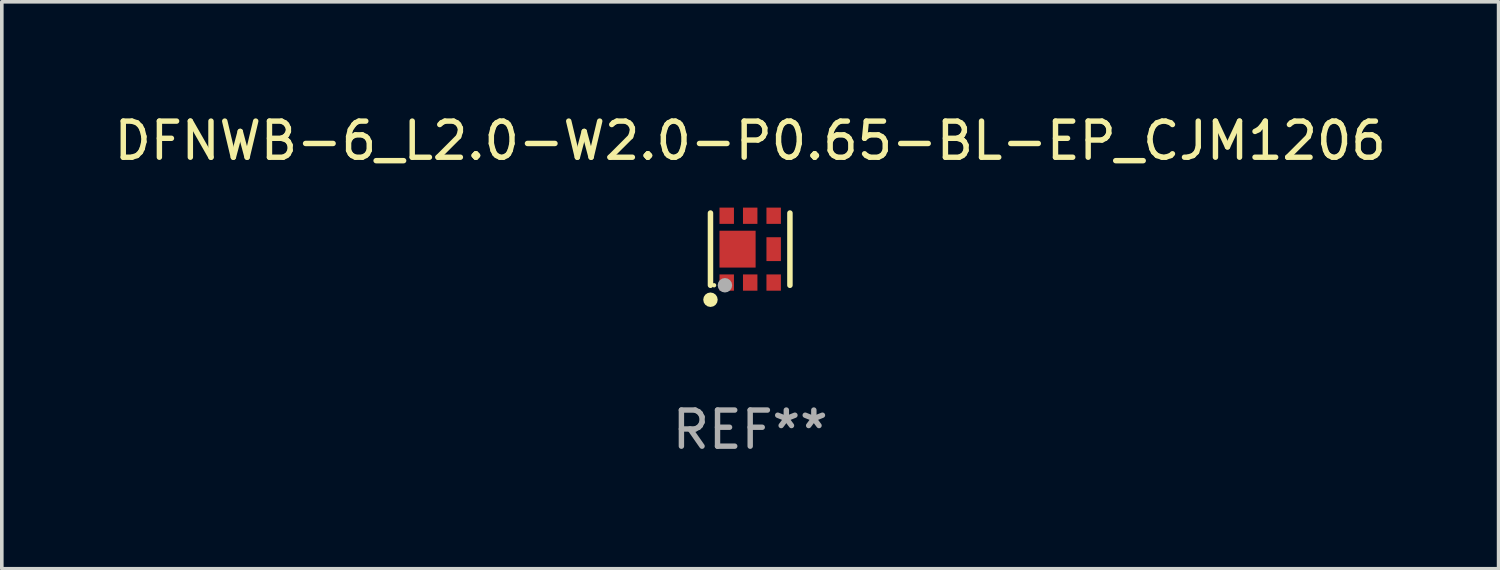
<source format=kicad_pcb>
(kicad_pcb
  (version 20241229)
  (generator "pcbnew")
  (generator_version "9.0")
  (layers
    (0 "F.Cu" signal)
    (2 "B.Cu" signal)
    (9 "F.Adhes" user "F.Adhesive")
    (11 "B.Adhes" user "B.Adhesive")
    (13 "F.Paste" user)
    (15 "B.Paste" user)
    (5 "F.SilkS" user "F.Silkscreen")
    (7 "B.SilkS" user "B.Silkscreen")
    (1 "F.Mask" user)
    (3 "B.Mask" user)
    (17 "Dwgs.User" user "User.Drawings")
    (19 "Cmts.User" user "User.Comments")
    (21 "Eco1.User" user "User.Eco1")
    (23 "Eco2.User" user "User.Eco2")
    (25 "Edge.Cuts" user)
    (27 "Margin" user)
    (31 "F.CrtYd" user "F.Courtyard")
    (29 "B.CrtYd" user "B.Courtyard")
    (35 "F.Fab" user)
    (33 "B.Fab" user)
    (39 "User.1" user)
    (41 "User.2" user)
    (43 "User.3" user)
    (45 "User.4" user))
  (footprint "DFNWB-6_L2.0-W2.0-P0.65-BL-EP_CJM1206"
    (layer "F.Cu")
    (at 17.72 3.848)
    (property "Reference" "DFNWB-6_L2.0-W2.0-P0.65-BL-EP_CJM1206" (at 0 -3 0) (layer "F.SilkS") (effects (font (size 1 1) (thickness 0.15))))
    (attr smd)
    (fp_line (start -1.1 -1) (end -1.1 1) (stroke (width 0.152) (type solid)) (layer "F.SilkS"))
    (fp_line (start 1.1 -1) (end 1.1 1) (stroke (width 0.152) (type solid)) (layer "F.SilkS"))
    (fp_circle (center -1.1 1.4) (end -1 1.4) (stroke (width 0.2) (type solid)) (fill no) (layer "F.SilkS"))
    (fp_circle (center -1 1) (end -0.97 1) (stroke (width 0.06) (type solid)) (fill no) (layer "F.SilkS"))
    (fp_circle (center -0.7 1) (end -0.6 1) (stroke (width 0.2) (type solid)) (fill no) (layer "F.Fab"))
    (fp_text user "REF**" (at 0 5 0) (layer "F.Fab") (effects (font (size 1 1) (thickness 0.15))))
    (pad "1" smd rect (at -0.65 0.925) (size 0.4 0.45) (layers "F.Cu" "F.Mask" "F.Paste"))
    (pad "2" smd rect (at 0 0.925) (size 0.4 0.45) (layers "F.Cu" "F.Mask" "F.Paste"))
    (pad "3" smd rect (at 0.65 0.925) (size 0.4 0.45) (layers "F.Cu" "F.Mask" "F.Paste"))
    (pad "4" smd rect (at 0.65 -0.925) (size 0.4 0.45) (layers "F.Cu" "F.Mask" "F.Paste"))
    (pad "5" smd rect (at 0 -0.925) (size 0.4 0.45) (layers "F.Cu" "F.Mask" "F.Paste"))
    (pad "6" smd rect (at -0.65 -0.925) (size 0.4 0.45) (layers "F.Cu" "F.Mask" "F.Paste"))
    (pad "7" smd rect (at -0.35 0) (size 1 1.02) (layers "F.Cu" "F.Mask" "F.Paste"))
    (pad "8" smd rect (at 0.65 0) (size 0.4 0.66) (layers "F.Cu" "F.Mask" "F.Paste")))
  (gr_rect
    (start -3 -3)
    (end 38.44 12.697)
    (stroke (width 0.1) (type default))
    (fill no)
    (layer "Edge.Cuts")))
</source>
